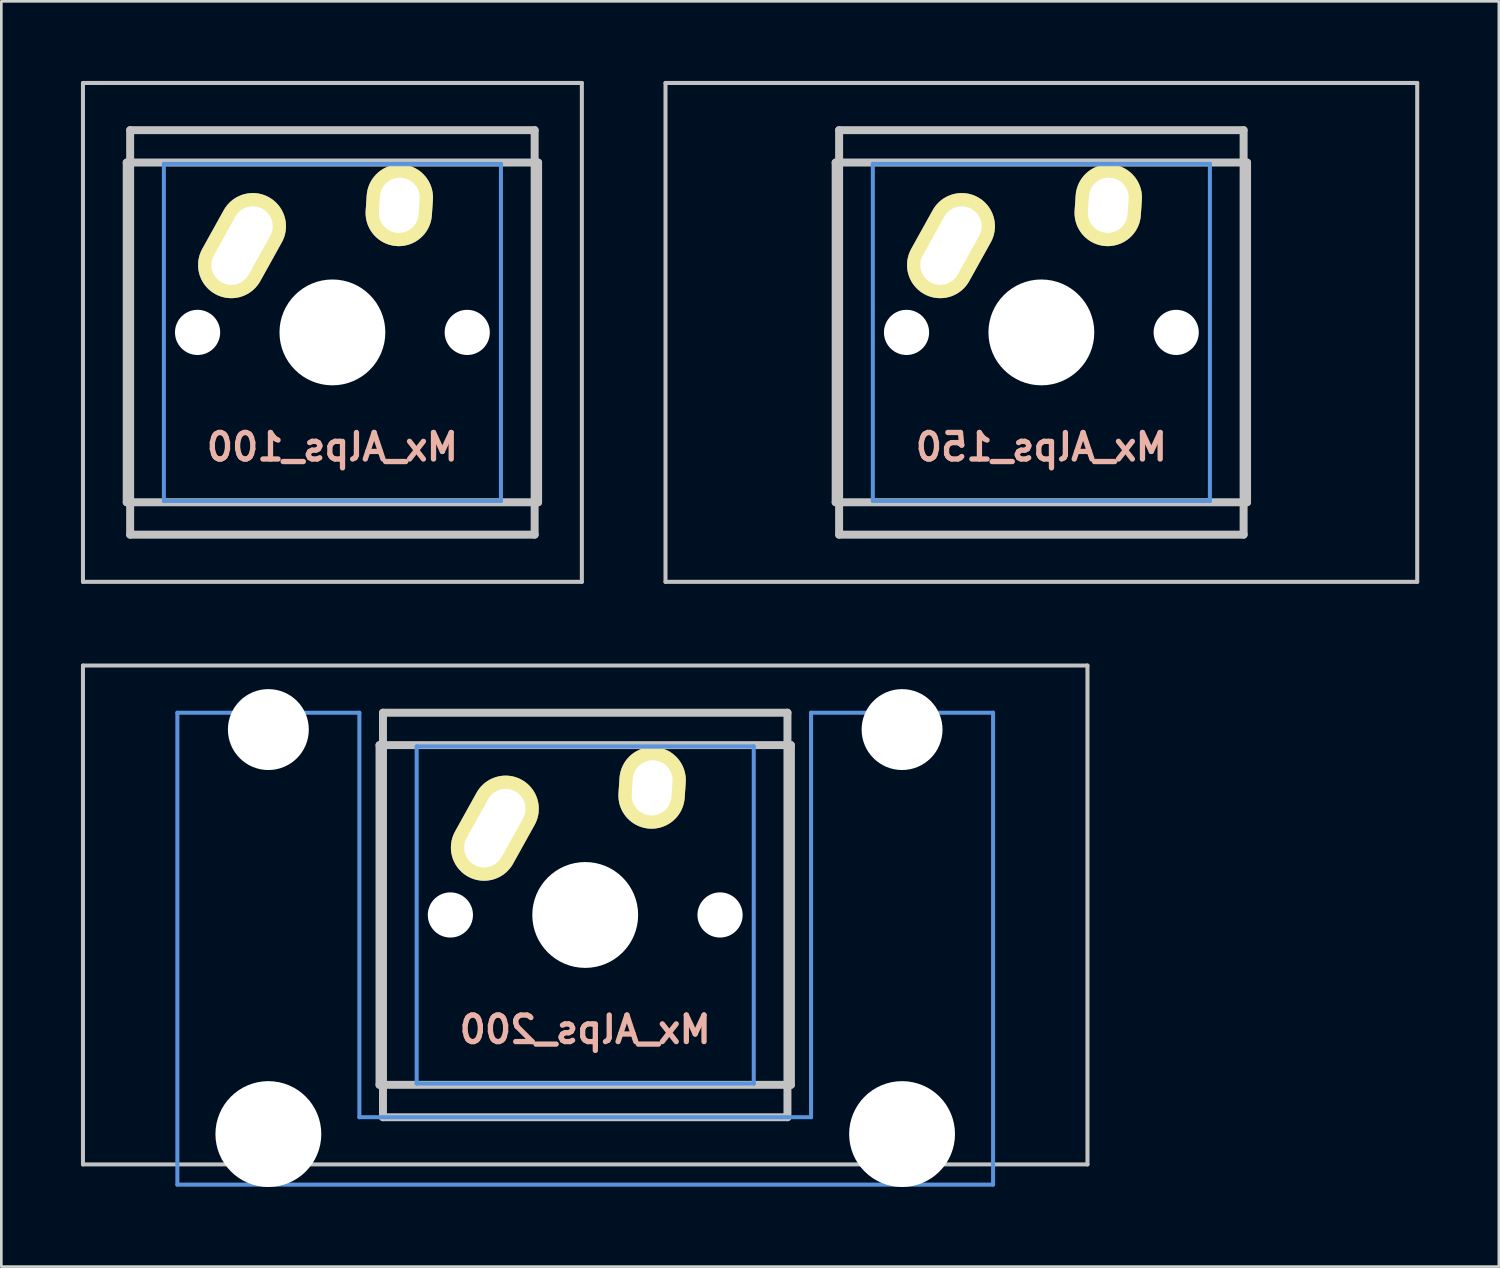
<source format=kicad_pcb>
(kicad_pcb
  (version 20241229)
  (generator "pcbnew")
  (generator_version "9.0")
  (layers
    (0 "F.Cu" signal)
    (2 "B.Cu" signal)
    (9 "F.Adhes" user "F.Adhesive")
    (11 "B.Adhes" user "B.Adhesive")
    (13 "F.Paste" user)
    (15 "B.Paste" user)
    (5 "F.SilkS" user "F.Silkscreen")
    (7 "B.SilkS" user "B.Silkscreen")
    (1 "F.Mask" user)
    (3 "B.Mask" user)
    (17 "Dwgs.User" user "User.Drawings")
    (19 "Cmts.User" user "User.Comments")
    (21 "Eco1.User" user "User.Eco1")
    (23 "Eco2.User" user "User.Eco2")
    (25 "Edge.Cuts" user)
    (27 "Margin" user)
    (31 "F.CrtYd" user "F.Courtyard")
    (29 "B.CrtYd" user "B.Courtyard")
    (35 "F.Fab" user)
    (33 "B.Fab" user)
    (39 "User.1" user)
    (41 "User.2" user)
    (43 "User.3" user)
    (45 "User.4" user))
  (footprint "Mx_Alps_150"
    (layer "F.Cu")
    (at 36.185 9.474)
    (property "Reference" "Mx_Alps_150" (at 0 4.318 0) (layer "B.SilkS") (effects (font (size 1 1) (thickness 0.2)) (justify mirror)))
    (attr through_hole)
    (fp_line (start -14.161 -9.398) (end 14.161 -9.398) (stroke (width 0.152) (type solid)) (layer "Dwgs.User"))
    (fp_line (start -14.161 9.398) (end -14.161 -9.398) (stroke (width 0.152) (type solid)) (layer "Dwgs.User"))
    (fp_line (start -7.75 6.4) (end -7.75 -6.4) (stroke (width 0.3) (type solid)) (layer "Dwgs.User"))
    (fp_line (start -7.75 6.4) (end 7.75 6.4) (stroke (width 0.3) (type solid)) (layer "Dwgs.User"))
    (fp_line (start -7.62 -7.62) (end 7.62 -7.62) (stroke (width 0.3) (type solid)) (layer "Dwgs.User"))
    (fp_line (start -7.62 7.62) (end -7.62 -7.62) (stroke (width 0.3) (type solid)) (layer "Dwgs.User"))
    (fp_line (start 7.62 -7.62) (end 7.62 7.62) (stroke (width 0.3) (type solid)) (layer "Dwgs.User"))
    (fp_line (start 7.62 7.62) (end -7.62 7.62) (stroke (width 0.3) (type solid)) (layer "Dwgs.User"))
    (fp_line (start 7.75 -6.4) (end -7.75 -6.4) (stroke (width 0.3) (type solid)) (layer "Dwgs.User"))
    (fp_line (start 7.75 6.4) (end 7.75 -6.4) (stroke (width 0.3) (type solid)) (layer "Dwgs.User"))
    (fp_line (start 14.161 -9.398) (end 14.161 9.398) (stroke (width 0.152) (type solid)) (layer "Dwgs.User"))
    (fp_line (start 14.161 9.398) (end -14.161 9.398) (stroke (width 0.152) (type solid)) (layer "Dwgs.User"))
    (fp_line (start -6.35 -6.35) (end 6.35 -6.35) (stroke (width 0.152) (type solid)) (layer "Cmts.User"))
    (fp_line (start -6.35 6.35) (end -6.35 -6.35) (stroke (width 0.152) (type solid)) (layer "Cmts.User"))
    (fp_line (start 6.35 -6.35) (end 6.35 6.35) (stroke (width 0.152) (type solid)) (layer "Cmts.User"))
    (fp_line (start 6.35 6.35) (end -6.35 6.35) (stroke (width 0.152) (type solid)) (layer "Cmts.User"))
    (fp_line (start -6.985 -6.985) (end 6.985 -6.985) (stroke (width 0.152) (type solid)) (layer "Eco2.User"))
    (fp_line (start -6.985 6.985) (end -6.985 -6.985) (stroke (width 0.152) (type solid)) (layer "Eco2.User"))
    (fp_line (start 6.985 -6.985) (end 6.985 6.985) (stroke (width 0.152) (type solid)) (layer "Eco2.User"))
    (fp_line (start 6.985 6.985) (end -6.985 6.985) (stroke (width 0.152) (type solid)) (layer "Eco2.User"))
    (pad "" np_thru_hole circle (at -5.08 0) (size 1.702 1.702) (drill 1.702) (layers "*.Cu"))
    (pad "" np_thru_hole circle (at 0 0) (size 3.988 3.988) (drill 3.988) (layers "*.Cu"))
    (pad "" np_thru_hole circle (at 5.08 0) (size 1.702 1.702) (drill 1.702) (layers "*.Cu"))
    (pad "1" thru_hole oval (at -3.405 -3.27 330.95) (size 2.5 4.17) (drill oval 1.5 3.17) (layers "*.Cu" "*.Mask" "F.SilkS"))
    (pad "2" thru_hole oval (at 2.52 -4.79 356.1) (size 2.5 3.08) (drill oval 1.5 2.08) (layers "*.Cu" "*.Mask" "F.SilkS")))
  (footprint "Mx_Alps_100"
    (layer "F.Cu")
    (at 9.474 9.474)
    (property "Reference" "Mx_Alps_100" (at 0 4.318 0) (layer "B.SilkS") (effects (font (size 1 1) (thickness 0.2)) (justify mirror)))
    (attr through_hole)
    (fp_line (start -9.398 -9.398) (end 9.398 -9.398) (stroke (width 0.152) (type solid)) (layer "Dwgs.User"))
    (fp_line (start -9.398 9.398) (end -9.398 -9.398) (stroke (width 0.152) (type solid)) (layer "Dwgs.User"))
    (fp_line (start -7.75 6.4) (end -7.75 -6.4) (stroke (width 0.3) (type solid)) (layer "Dwgs.User"))
    (fp_line (start -7.75 6.4) (end 7.75 6.4) (stroke (width 0.3) (type solid)) (layer "Dwgs.User"))
    (fp_line (start -7.62 -7.62) (end 7.62 -7.62) (stroke (width 0.3) (type solid)) (layer "Dwgs.User"))
    (fp_line (start -7.62 7.62) (end -7.62 -7.62) (stroke (width 0.3) (type solid)) (layer "Dwgs.User"))
    (fp_line (start 7.62 -7.62) (end 7.62 7.62) (stroke (width 0.3) (type solid)) (layer "Dwgs.User"))
    (fp_line (start 7.62 7.62) (end -7.62 7.62) (stroke (width 0.3) (type solid)) (layer "Dwgs.User"))
    (fp_line (start 7.75 -6.4) (end -7.75 -6.4) (stroke (width 0.3) (type solid)) (layer "Dwgs.User"))
    (fp_line (start 7.75 6.4) (end 7.75 -6.4) (stroke (width 0.3) (type solid)) (layer "Dwgs.User"))
    (fp_line (start 9.398 -9.398) (end 9.398 9.398) (stroke (width 0.152) (type solid)) (layer "Dwgs.User"))
    (fp_line (start 9.398 9.398) (end -9.398 9.398) (stroke (width 0.152) (type solid)) (layer "Dwgs.User"))
    (fp_line (start -6.35 -6.35) (end 6.35 -6.35) (stroke (width 0.152) (type solid)) (layer "Cmts.User"))
    (fp_line (start -6.35 6.35) (end -6.35 -6.35) (stroke (width 0.152) (type solid)) (layer "Cmts.User"))
    (fp_line (start 6.35 -6.35) (end 6.35 6.35) (stroke (width 0.152) (type solid)) (layer "Cmts.User"))
    (fp_line (start 6.35 6.35) (end -6.35 6.35) (stroke (width 0.152) (type solid)) (layer "Cmts.User"))
    (fp_line (start -6.985 -6.985) (end 6.985 -6.985) (stroke (width 0.152) (type solid)) (layer "Eco2.User"))
    (fp_line (start -6.985 6.985) (end -6.985 -6.985) (stroke (width 0.152) (type solid)) (layer "Eco2.User"))
    (fp_line (start 6.985 -6.985) (end 6.985 6.985) (stroke (width 0.152) (type solid)) (layer "Eco2.User"))
    (fp_line (start 6.985 6.985) (end -6.985 6.985) (stroke (width 0.152) (type solid)) (layer "Eco2.User"))
    (pad "" np_thru_hole circle (at -5.08 0) (size 1.702 1.702) (drill 1.702) (layers "*.Cu"))
    (pad "" np_thru_hole circle (at 0 0) (size 3.988 3.988) (drill 3.988) (layers "*.Cu"))
    (pad "" np_thru_hole circle (at 5.08 0) (size 1.702 1.702) (drill 1.702) (layers "*.Cu"))
    (pad "1" thru_hole oval (at -3.405 -3.27 330.95) (size 2.5 4.17) (drill oval 1.5 3.17) (layers "*.Cu" "*.Mask" "F.SilkS"))
    (pad "2" thru_hole oval (at 2.52 -4.79 356.1) (size 2.5 3.08) (drill oval 1.5 2.08) (layers "*.Cu" "*.Mask" "F.SilkS")))
  (footprint "Mx_Alps_200"
    (layer "F.Cu")
    (at 18.999 31.423)
    (property "Reference" "Mx_Alps_200" (at 0 4.318 0) (layer "B.SilkS") (effects (font (size 1 1) (thickness 0.2)) (justify mirror)))
    (attr through_hole)
    (fp_line (start -18.923 -9.398) (end 18.923 -9.398) (stroke (width 0.152) (type solid)) (layer "Dwgs.User"))
    (fp_line (start -18.923 9.398) (end -18.923 -9.398) (stroke (width 0.152) (type solid)) (layer "Dwgs.User"))
    (fp_line (start -7.75 6.4) (end -7.75 -6.4) (stroke (width 0.3) (type solid)) (layer "Dwgs.User"))
    (fp_line (start -7.75 6.4) (end 7.75 6.4) (stroke (width 0.3) (type solid)) (layer "Dwgs.User"))
    (fp_line (start -7.62 -7.62) (end 7.62 -7.62) (stroke (width 0.3) (type solid)) (layer "Dwgs.User"))
    (fp_line (start -7.62 7.62) (end -7.62 -7.62) (stroke (width 0.3) (type solid)) (layer "Dwgs.User"))
    (fp_line (start 7.62 -7.62) (end 7.62 7.62) (stroke (width 0.3) (type solid)) (layer "Dwgs.User"))
    (fp_line (start 7.62 7.62) (end -7.62 7.62) (stroke (width 0.3) (type solid)) (layer "Dwgs.User"))
    (fp_line (start 7.75 -6.4) (end -7.75 -6.4) (stroke (width 0.3) (type solid)) (layer "Dwgs.User"))
    (fp_line (start 7.75 6.4) (end 7.75 -6.4) (stroke (width 0.3) (type solid)) (layer "Dwgs.User"))
    (fp_line (start 18.923 -9.398) (end 18.923 9.398) (stroke (width 0.152) (type solid)) (layer "Dwgs.User"))
    (fp_line (start 18.923 9.398) (end -18.923 9.398) (stroke (width 0.152) (type solid)) (layer "Dwgs.User"))
    (fp_line (start -15.367 -7.62) (end -15.367 10.16) (stroke (width 0.152) (type solid)) (layer "Cmts.User"))
    (fp_line (start -15.367 10.16) (end 15.367 10.16) (stroke (width 0.152) (type solid)) (layer "Cmts.User"))
    (fp_line (start -8.509 -7.62) (end -15.367 -7.62) (stroke (width 0.152) (type solid)) (layer "Cmts.User"))
    (fp_line (start -8.509 7.62) (end -8.509 -7.62) (stroke (width 0.152) (type solid)) (layer "Cmts.User"))
    (fp_line (start -6.35 -6.35) (end 6.35 -6.35) (stroke (width 0.152) (type solid)) (layer "Cmts.User"))
    (fp_line (start -6.35 6.35) (end -6.35 -6.35) (stroke (width 0.152) (type solid)) (layer "Cmts.User"))
    (fp_line (start 6.35 -6.35) (end 6.35 6.35) (stroke (width 0.152) (type solid)) (layer "Cmts.User"))
    (fp_line (start 6.35 6.35) (end -6.35 6.35) (stroke (width 0.152) (type solid)) (layer "Cmts.User"))
    (fp_line (start 8.509 -7.62) (end 8.509 7.62) (stroke (width 0.152) (type solid)) (layer "Cmts.User"))
    (fp_line (start 8.509 7.62) (end -8.509 7.62) (stroke (width 0.152) (type solid)) (layer "Cmts.User"))
    (fp_line (start 15.367 -7.62) (end 8.509 -7.62) (stroke (width 0.152) (type solid)) (layer "Cmts.User"))
    (fp_line (start 15.367 10.16) (end 15.367 -7.62) (stroke (width 0.152) (type solid)) (layer "Cmts.User"))
    (fp_line (start -16.129 -2.286) (end -15.265 -2.286) (stroke (width 0.152) (type solid)) (layer "Eco2.User"))
    (fp_line (start -16.129 0.508) (end -16.129 -2.286) (stroke (width 0.152) (type solid)) (layer "Eco2.User"))
    (fp_line (start -15.265 -5.69) (end -8.611 -5.69) (stroke (width 0.152) (type solid)) (layer "Eco2.User"))
    (fp_line (start -15.265 -2.286) (end -15.265 -5.69) (stroke (width 0.152) (type solid)) (layer "Eco2.User"))
    (fp_line (start -15.265 0.508) (end -16.129 0.508) (stroke (width 0.152) (type solid)) (layer "Eco2.User"))
    (fp_line (start -15.265 6.604) (end -15.265 0.508) (stroke (width 0.152) (type solid)) (layer "Eco2.User"))
    (fp_line (start -14.224 6.604) (end -15.265 6.604) (stroke (width 0.152) (type solid)) (layer "Eco2.User"))
    (fp_line (start -14.224 7.772) (end -14.224 6.604) (stroke (width 0.152) (type solid)) (layer "Eco2.User"))
    (fp_line (start -9.652 6.604) (end -9.652 7.772) (stroke (width 0.152) (type solid)) (layer "Eco2.User"))
    (fp_line (start -9.652 7.772) (end -14.224 7.772) (stroke (width 0.152) (type solid)) (layer "Eco2.User"))
    (fp_line (start -8.611 -5.69) (end -8.611 -4.877) (stroke (width 0.152) (type solid)) (layer "Eco2.User"))
    (fp_line (start -8.611 -4.877) (end -6.985 -4.877) (stroke (width 0.152) (type solid)) (layer "Eco2.User"))
    (fp_line (start -8.611 5.817) (end -8.611 6.604) (stroke (width 0.152) (type solid)) (layer "Eco2.User"))
    (fp_line (start -8.611 6.604) (end -9.652 6.604) (stroke (width 0.152) (type solid)) (layer "Eco2.User"))
    (fp_line (start -6.985 -6.985) (end 6.985 -6.985) (stroke (width 0.152) (type solid)) (layer "Eco2.User"))
    (fp_line (start -6.985 -4.877) (end -6.985 -6.985) (stroke (width 0.152) (type solid)) (layer "Eco2.User"))
    (fp_line (start -6.985 5.817) (end -8.611 5.817) (stroke (width 0.152) (type solid)) (layer "Eco2.User"))
    (fp_line (start -6.985 6.985) (end -6.985 5.817) (stroke (width 0.152) (type solid)) (layer "Eco2.User"))
    (fp_line (start 6.985 -6.985) (end 6.985 -4.877) (stroke (width 0.152) (type solid)) (layer "Eco2.User"))
    (fp_line (start 6.985 -4.877) (end 8.611 -4.877) (stroke (width 0.152) (type solid)) (layer "Eco2.User"))
    (fp_line (start 6.985 5.817) (end 6.985 6.985) (stroke (width 0.152) (type solid)) (layer "Eco2.User"))
    (fp_line (start 6.985 6.985) (end -6.985 6.985) (stroke (width 0.152) (type solid)) (layer "Eco2.User"))
    (fp_line (start 8.611 -5.69) (end 15.265 -5.69) (stroke (width 0.152) (type solid)) (layer "Eco2.User"))
    (fp_line (start 8.611 -4.877) (end 8.611 -5.69) (stroke (width 0.152) (type solid)) (layer "Eco2.User"))
    (fp_line (start 8.611 5.817) (end 6.985 5.817) (stroke (width 0.152) (type solid)) (layer "Eco2.User"))
    (fp_line (start 8.611 6.604) (end 8.611 5.817) (stroke (width 0.152) (type solid)) (layer "Eco2.User"))
    (fp_line (start 9.652 6.604) (end 8.611 6.604) (stroke (width 0.152) (type solid)) (layer "Eco2.User"))
    (fp_line (start 9.652 7.772) (end 9.652 6.604) (stroke (width 0.152) (type solid)) (layer "Eco2.User"))
    (fp_line (start 14.224 6.604) (end 14.224 7.772) (stroke (width 0.152) (type solid)) (layer "Eco2.User"))
    (fp_line (start 14.224 7.772) (end 9.652 7.772) (stroke (width 0.152) (type solid)) (layer "Eco2.User"))
    (fp_line (start 15.265 -5.69) (end 15.265 -2.286) (stroke (width 0.152) (type solid)) (layer "Eco2.User"))
    (fp_line (start 15.265 -2.286) (end 16.129 -2.286) (stroke (width 0.152) (type solid)) (layer "Eco2.User"))
    (fp_line (start 15.265 0.508) (end 15.265 6.604) (stroke (width 0.152) (type solid)) (layer "Eco2.User"))
    (fp_line (start 15.265 6.604) (end 14.224 6.604) (stroke (width 0.152) (type solid)) (layer "Eco2.User"))
    (fp_line (start 16.129 -2.286) (end 16.129 0.508) (stroke (width 0.152) (type solid)) (layer "Eco2.User"))
    (fp_line (start 16.129 0.508) (end 15.265 0.508) (stroke (width 0.152) (type solid)) (layer "Eco2.User"))
    (pad "" np_thru_hole circle (at -11.938 -6.985) (size 3.048 3.048) (drill 3.048) (layers "*.Cu"))
    (pad "" np_thru_hole circle (at -11.938 8.255) (size 3.988 3.988) (drill 3.988) (layers "*.Cu"))
    (pad "" np_thru_hole circle (at -5.08 0) (size 1.702 1.702) (drill 1.702) (layers "*.Cu"))
    (pad "" np_thru_hole circle (at 0 0) (size 3.988 3.988) (drill 3.988) (layers "*.Cu"))
    (pad "" np_thru_hole circle (at 5.08 0) (size 1.702 1.702) (drill 1.702) (layers "*.Cu"))
    (pad "" np_thru_hole circle (at 11.938 -6.985) (size 3.048 3.048) (drill 3.048) (layers "*.Cu"))
    (pad "" np_thru_hole circle (at 11.938 8.255) (size 3.988 3.988) (drill 3.988) (layers "*.Cu"))
    (pad "1" thru_hole oval (at -3.405 -3.27 330.95) (size 2.5 4.17) (drill oval 1.5 3.17) (layers "*.Cu" "*.Mask" "F.SilkS"))
    (pad "2" thru_hole oval (at 2.52 -4.79 356.1) (size 2.5 3.08) (drill oval 1.5 2.08) (layers "*.Cu" "*.Mask" "F.SilkS")))
  (gr_rect
    (start -3 -3)
    (end 53.422 44.672)
    (stroke (width 0.1) (type default))
    (fill no)
    (layer "Edge.Cuts")))
</source>
